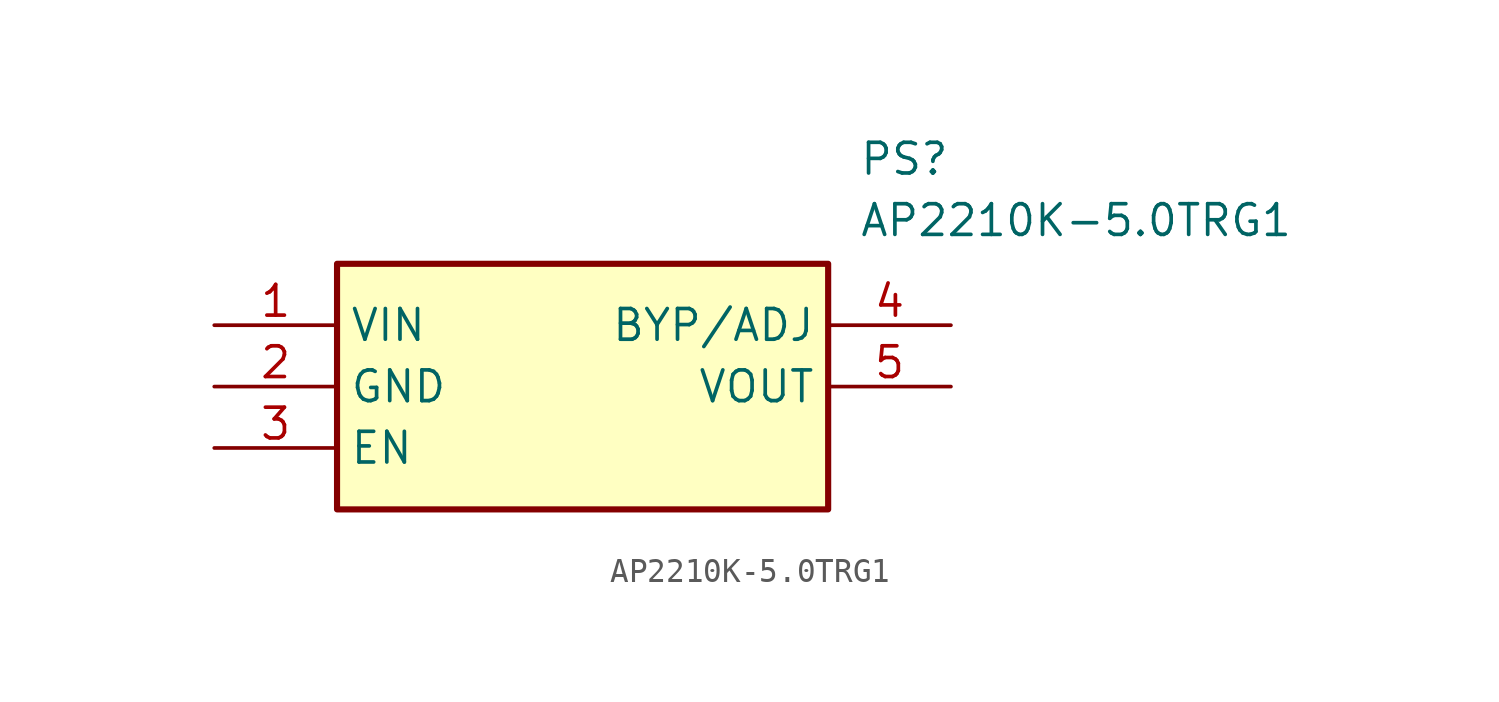
<source format=kicad_sym>
(kicad_symbol_lib
  (version 20211014)
  (generator SamacSys_ECAD_Model)
  (symbol "AP2210K-5.0TRG1"
    (property "Reference" "PS"
      (at 26.67 7.62 0)
      (effects (font (size 1.27 1.27)) (justify left top)))
    (property "Value" "AP2210K-5.0TRG1"
      (at 26.67 5.08 0)
      (effects (font (size 1.27 1.27)) (justify left top)))
    (rectangle
      (start 5.08 2.54)
      (end 25.4 -7.62)
      (stroke (width 0.254) (type default))
      (fill (type background)))
    (pin passive line
      (at 0 0 0)
      (length 5.08)
      (name "VIN" (effects (font (size 1.27 1.27))))
      (number "1" (effects (font (size 1.27 1.27)))))
    (pin passive line
      (at 0 -2.54 0)
      (length 5.08)
      (name "GND" (effects (font (size 1.27 1.27))))
      (number "2" (effects (font (size 1.27 1.27)))))
    (pin passive line
      (at 0 -5.08 0)
      (length 5.08)
      (name "EN" (effects (font (size 1.27 1.27))))
      (number "3" (effects (font (size 1.27 1.27)))))
    (pin passive line
      (at 30.48 0 180)
      (length 5.08)
      (name "BYP/ADJ" (effects (font (size 1.27 1.27))))
      (number "4" (effects (font (size 1.27 1.27)))))
    (pin passive line
      (at 30.48 -2.54 180)
      (length 5.08)
      (name "VOUT" (effects (font (size 1.27 1.27))))
      (number "5" (effects (font (size 1.27 1.27)))))))
</source>
